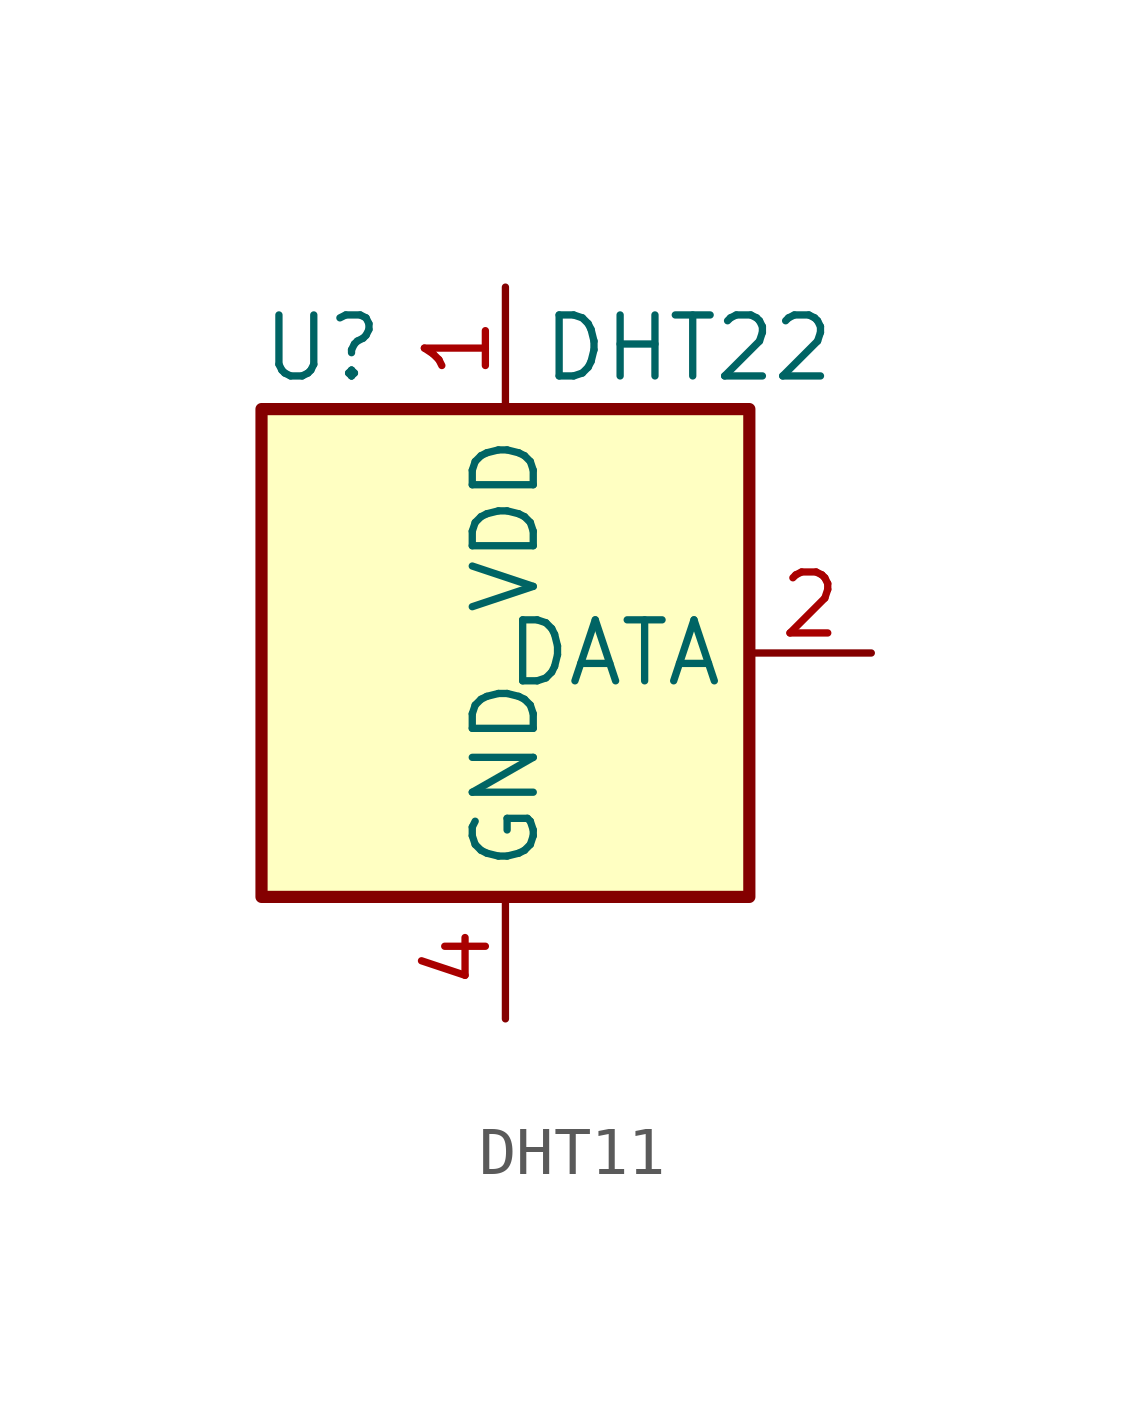
<source format=kicad_sym>
(kicad_symbol_lib
  (version 20231120)
  (generator "kicad_symbol_editor")
  (generator_version "8.0")
  (symbol "DHT11"
    (property "Reference" "U"
      (at -3.81 6.35 0)
      (effects (font (size 1.27 1.27))))
    (property "Value" "DHT22"
      (at 3.81 6.35 0)
      (effects (font (size 1.27 1.27))))
    (symbol "DHT11_0_1"
      (rectangle (start -5.08 5.08) (end 5.08 -5.08) (stroke (width 0.254) (type default)) (fill (type background))))
    (symbol "DHT11_1_1"
      (pin power_in line (at 0 7.62 270) (length 2.54) (name "VDD" (effects (font (size 1.27 1.27)))) (number "1" (effects (font (size 1.27 1.27)))))
      (pin bidirectional line (at 7.62 0 180) (length 2.54) (name "DATA" (effects (font (size 1.27 1.27)))) (number "2" (effects (font (size 1.27 1.27)))))
      (pin no_connect line (at -5.08 0 0) (length 2.54) hide (name "NC" (effects (font (size 1.27 1.27)))) (number "3" (effects (font (size 1.27 1.27)))))
      (pin power_in line (at 0 -7.62 90) (length 2.54) (name "GND" (effects (font (size 1.27 1.27)))) (number "4" (effects (font (size 1.27 1.27))))))))
</source>
